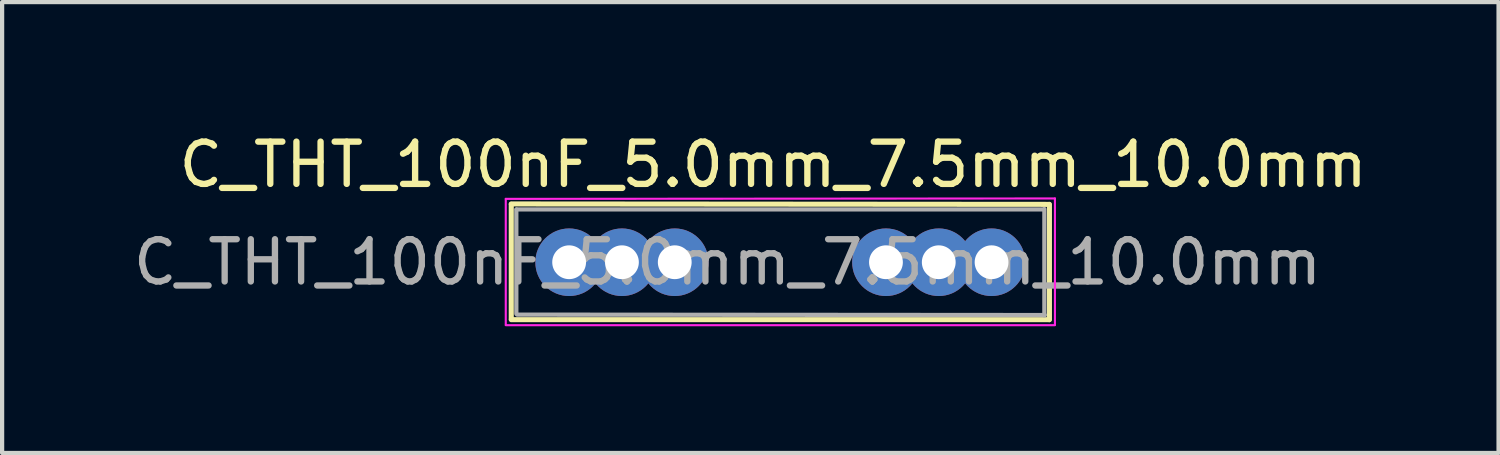
<source format=kicad_pcb>
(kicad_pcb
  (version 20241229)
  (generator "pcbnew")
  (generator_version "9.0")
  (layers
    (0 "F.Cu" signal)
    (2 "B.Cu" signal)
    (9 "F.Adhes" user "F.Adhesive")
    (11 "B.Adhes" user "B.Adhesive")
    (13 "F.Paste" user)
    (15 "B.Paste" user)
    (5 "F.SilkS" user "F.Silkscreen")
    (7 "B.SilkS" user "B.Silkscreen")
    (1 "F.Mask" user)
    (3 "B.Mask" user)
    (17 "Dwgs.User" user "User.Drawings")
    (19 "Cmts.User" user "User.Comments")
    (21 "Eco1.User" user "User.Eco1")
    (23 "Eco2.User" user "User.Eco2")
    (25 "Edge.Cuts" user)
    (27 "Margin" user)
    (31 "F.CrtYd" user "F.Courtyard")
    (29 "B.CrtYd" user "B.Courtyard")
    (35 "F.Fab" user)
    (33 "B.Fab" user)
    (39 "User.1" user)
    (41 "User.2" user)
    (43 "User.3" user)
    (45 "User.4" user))
  (footprint "C_THT_100nF_5.0mm_7.5mm_10.0mm"
    (layer "F.Cu")
    (at 10.423 3.158)
    (property "Reference" "C_THT_100nF_5.0mm_7.5mm_10.0mm" (at 4.83 -2.31 0) (layer "F.SilkS") (effects (font (size 1 1) (thickness 0.15))))
    (attr through_hole)
    (fp_line (start -1.37 -1.38) (end 11.36 -1.37) (stroke (width 0.12) (type solid)) (layer "F.SilkS"))
    (fp_line (start -1.37 -1.37) (end -1.37 1.34) (stroke (width 0.12) (type solid)) (layer "F.SilkS"))
    (fp_line (start -1.37 1.36) (end 11.36 1.36) (stroke (width 0.12) (type solid)) (layer "F.SilkS"))
    (fp_line (start 11.37 -1.37) (end 11.37 1.36) (stroke (width 0.12) (type solid)) (layer "F.SilkS"))
    (fp_line (start -1.5 -1.5) (end -1.5 1.48) (stroke (width 0.05) (type solid)) (layer "F.CrtYd"))
    (fp_line (start -1.5 1.49) (end 11.5 1.49) (stroke (width 0.05) (type solid)) (layer "F.CrtYd"))
    (fp_line (start 11.5 -1.51) (end -1.5 -1.5) (stroke (width 0.05) (type solid)) (layer "F.CrtYd"))
    (fp_line (start 11.5 1.48) (end 11.5 -1.51) (stroke (width 0.05) (type solid)) (layer "F.CrtYd"))
    (fp_line (start -1.25 -1.25) (end -1.25 1.22) (stroke (width 0.1) (type solid)) (layer "F.Fab"))
    (fp_line (start -1.23 1.24) (end 11.26 1.25) (stroke (width 0.1) (type solid)) (layer "F.Fab"))
    (fp_line (start 11.24 -1.25) (end -1.24 -1.25) (stroke (width 0.1) (type solid)) (layer "F.Fab"))
    (fp_line (start 11.25 1.26) (end 11.25 -1.26) (stroke (width 0.1) (type solid)) (layer "F.Fab"))
    (fp_text user "${REFERENCE}" (at 3.75 0 0) (layer "F.Fab") (effects (font (size 1 1) (thickness 0.15))))
    (pad "1" thru_hole circle (at 0 0) (size 1.6 1.6) (drill 0.8) (layers "*.Cu" "*.Mask"))
    (pad "1" thru_hole circle (at 1.25 0) (size 1.6 1.6) (drill 0.8) (layers "*.Cu" "*.Mask"))
    (pad "1" thru_hole circle (at 2.5 0) (size 1.6 1.6) (drill 0.8) (layers "*.Cu" "*.Mask"))
    (pad "2" thru_hole circle (at 7.5 0) (size 1.6 1.6) (drill 0.8) (layers "*.Cu" "*.Mask"))
    (pad "2" thru_hole circle (at 8.75 0) (size 1.6 1.6) (drill 0.8) (layers "*.Cu" "*.Mask"))
    (pad "2" thru_hole circle (at 10 0) (size 1.6 1.6) (drill 0.8) (layers "*.Cu" "*.Mask")))
  (gr_rect
    (start -3 -3)
    (end 32.425 7.673)
    (stroke (width 0.1) (type default))
    (fill no)
    (layer "Edge.Cuts")))
</source>
